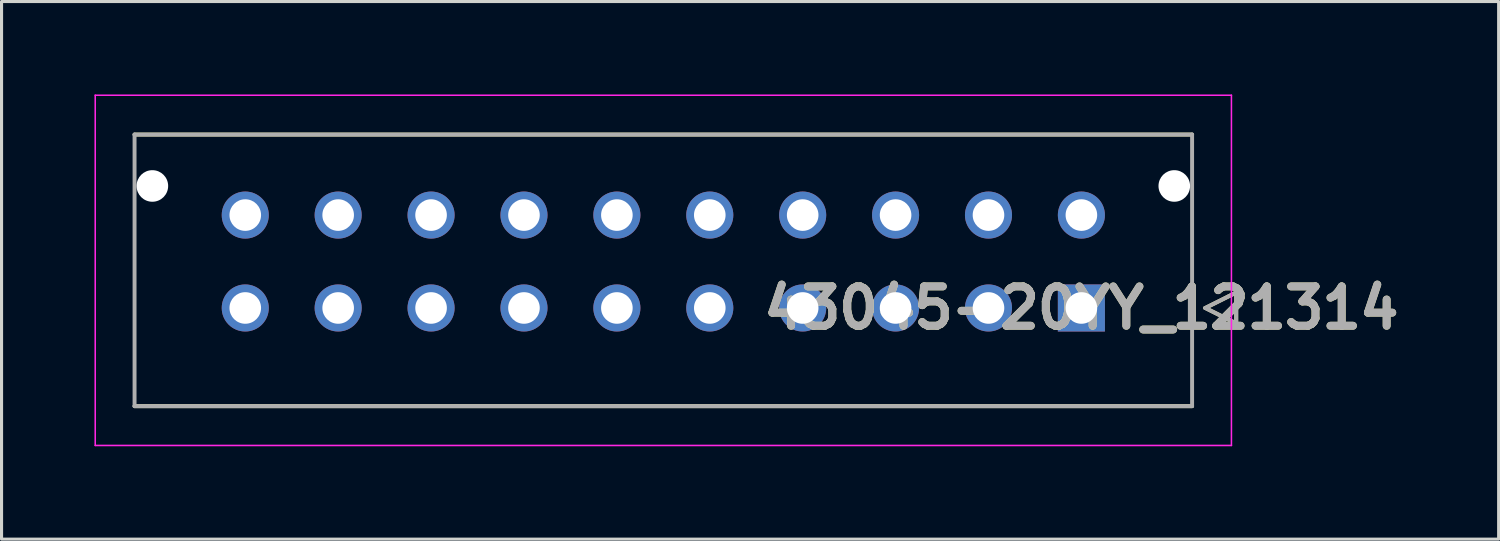
<source format=kicad_pcb>
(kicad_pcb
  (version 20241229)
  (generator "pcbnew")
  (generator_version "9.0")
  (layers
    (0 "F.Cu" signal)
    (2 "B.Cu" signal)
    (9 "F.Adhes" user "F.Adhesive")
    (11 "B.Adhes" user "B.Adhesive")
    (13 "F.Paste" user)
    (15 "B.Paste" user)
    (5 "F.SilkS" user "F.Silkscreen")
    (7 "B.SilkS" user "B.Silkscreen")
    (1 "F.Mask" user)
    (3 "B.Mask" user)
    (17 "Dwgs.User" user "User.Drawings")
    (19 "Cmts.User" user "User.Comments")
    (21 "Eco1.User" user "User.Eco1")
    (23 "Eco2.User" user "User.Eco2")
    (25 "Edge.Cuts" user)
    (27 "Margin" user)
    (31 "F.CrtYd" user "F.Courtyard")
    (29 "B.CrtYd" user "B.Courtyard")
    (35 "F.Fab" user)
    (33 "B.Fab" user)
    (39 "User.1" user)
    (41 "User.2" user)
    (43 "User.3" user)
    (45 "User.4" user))
  (footprint "43045-20YY_121314"
    (layer "F.Cu")
    (at 31.87 6.895)
    (property "Reference" "43045-20YY_121314" (at 0 0 0) (layer "F.SilkS") (effects (font (size 1.27 1.27) (thickness 0.254))))
    (attr through_hole)
    (fp_line (start -30.575 -5.6) (end 3.575 -5.6) (stroke (width 0.127) (type solid)) (layer "F.SilkS"))
    (fp_line (start 3.575 3.17) (end -30.575 3.17) (stroke (width 0.127) (type solid)) (layer "F.SilkS"))
    (fp_line (start 4 0) (end 5 -0.5) (stroke (width 0.127) (type solid)) (layer "F.SilkS"))
    (fp_line (start 5 -0.5) (end 5 0.5) (stroke (width 0.127) (type solid)) (layer "F.SilkS"))
    (fp_line (start 5 0.5) (end 4 0) (stroke (width 0.127) (type solid)) (layer "F.SilkS"))
    (fp_line (start -31.845 -6.87) (end 4.845 -6.87) (stroke (width 0.05) (type solid)) (layer "F.CrtYd"))
    (fp_line (start -31.845 4.44) (end -31.845 -6.87) (stroke (width 0.05) (type solid)) (layer "F.CrtYd"))
    (fp_line (start 4.845 -6.87) (end 4.845 4.44) (stroke (width 0.05) (type solid)) (layer "F.CrtYd"))
    (fp_line (start 4.845 4.44) (end -31.845 4.44) (stroke (width 0.05) (type solid)) (layer "F.CrtYd"))
    (fp_line (start -30.575 -5.6) (end 3.575 -5.6) (stroke (width 0.127) (type solid)) (layer "F.Fab"))
    (fp_line (start -30.575 3.17) (end -30.575 -5.6) (stroke (width 0.127) (type solid)) (layer "F.Fab"))
    (fp_line (start 3.575 -5.6) (end 3.575 3.17) (stroke (width 0.127) (type solid)) (layer "F.Fab"))
    (fp_line (start 3.575 3.17) (end -30.575 3.17) (stroke (width 0.127) (type solid)) (layer "F.Fab"))
    (fp_line (start 4 0) (end 5 -0.5) (stroke (width 0.127) (type solid)) (layer "F.Fab"))
    (fp_line (start 5 -0.5) (end 5 0.5) (stroke (width 0.127) (type solid)) (layer "F.Fab"))
    (fp_line (start 5 0.5) (end 4 0) (stroke (width 0.127) (type solid)) (layer "F.Fab"))
    (fp_text user "${REFERENCE}" (at 0 0 0) (layer "F.Fab") (effects (font (size 1.27 1.27) (thickness 0.254))))
    (pad "" np_thru_hole circle (at -30 -3.94) (size 1.02 1.02) (drill 1.02) (layers "*.Cu" "*.Mask"))
    (pad "" np_thru_hole circle (at 3 -3.94) (size 1.02 1.02) (drill 1.02) (layers "*.Cu" "*.Mask"))
    (pad "1" thru_hole rect (at 0 0) (size 1.52 1.52) (drill 1.02) (layers "*.Cu" "*.Mask"))
    (pad "2" thru_hole circle (at -3 0) (size 1.52 1.52) (drill 1.02) (layers "*.Cu" "*.Mask"))
    (pad "3" thru_hole circle (at -6 0) (size 1.52 1.52) (drill 1.02) (layers "*.Cu" "*.Mask"))
    (pad "4" thru_hole circle (at -9 0) (size 1.52 1.52) (drill 1.02) (layers "*.Cu" "*.Mask"))
    (pad "5" thru_hole circle (at -12 0) (size 1.52 1.52) (drill 1.02) (layers "*.Cu" "*.Mask"))
    (pad "6" thru_hole circle (at -15 0) (size 1.52 1.52) (drill 1.02) (layers "*.Cu" "*.Mask"))
    (pad "7" thru_hole circle (at -18 0) (size 1.52 1.52) (drill 1.02) (layers "*.Cu" "*.Mask"))
    (pad "8" thru_hole circle (at -21 0) (size 1.52 1.52) (drill 1.02) (layers "*.Cu" "*.Mask"))
    (pad "9" thru_hole circle (at -24 0) (size 1.52 1.52) (drill 1.02) (layers "*.Cu" "*.Mask"))
    (pad "10" thru_hole circle (at -27 0) (size 1.52 1.52) (drill 1.02) (layers "*.Cu" "*.Mask"))
    (pad "11" thru_hole circle (at 0 -3) (size 1.52 1.52) (drill 1.02) (layers "*.Cu" "*.Mask"))
    (pad "12" thru_hole circle (at -3 -3) (size 1.52 1.52) (drill 1.02) (layers "*.Cu" "*.Mask"))
    (pad "13" thru_hole circle (at -6 -3) (size 1.52 1.52) (drill 1.02) (layers "*.Cu" "*.Mask"))
    (pad "14" thru_hole circle (at -9 -3) (size 1.52 1.52) (drill 1.02) (layers "*.Cu" "*.Mask"))
    (pad "15" thru_hole circle (at -12 -3) (size 1.52 1.52) (drill 1.02) (layers "*.Cu" "*.Mask"))
    (pad "16" thru_hole circle (at -15 -3) (size 1.52 1.52) (drill 1.02) (layers "*.Cu" "*.Mask"))
    (pad "17" thru_hole circle (at -18 -3) (size 1.52 1.52) (drill 1.02) (layers "*.Cu" "*.Mask"))
    (pad "18" thru_hole circle (at -21 -3) (size 1.52 1.52) (drill 1.02) (layers "*.Cu" "*.Mask"))
    (pad "19" thru_hole circle (at -24 -3) (size 1.52 1.52) (drill 1.02) (layers "*.Cu" "*.Mask"))
    (pad "20" thru_hole circle (at -27 -3) (size 1.52 1.52) (drill 1.02) (layers "*.Cu" "*.Mask")))
  (gr_rect
    (start -3 -3)
    (end 45.344 14.36)
    (stroke (width 0.1) (type default))
    (fill no)
    (layer "Edge.Cuts")))
</source>
